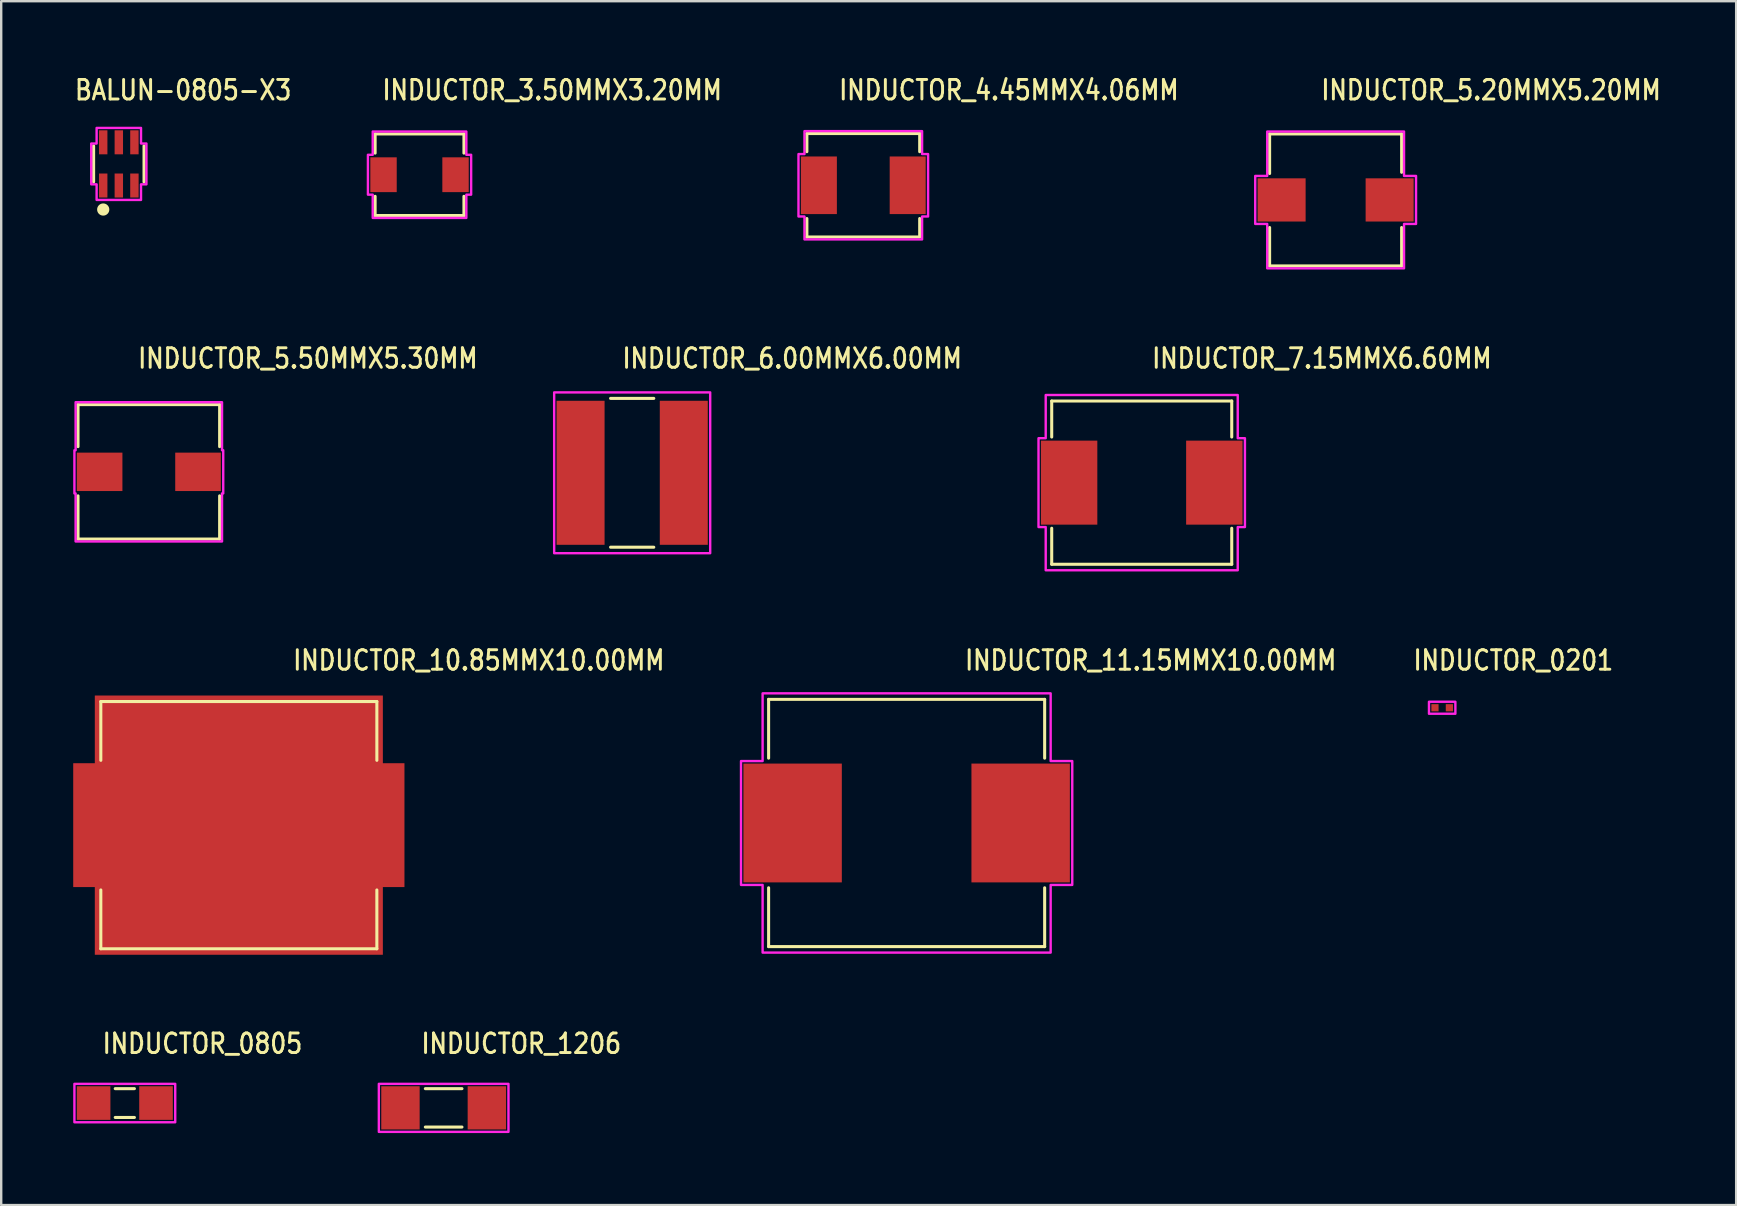
<source format=kicad_pcb>
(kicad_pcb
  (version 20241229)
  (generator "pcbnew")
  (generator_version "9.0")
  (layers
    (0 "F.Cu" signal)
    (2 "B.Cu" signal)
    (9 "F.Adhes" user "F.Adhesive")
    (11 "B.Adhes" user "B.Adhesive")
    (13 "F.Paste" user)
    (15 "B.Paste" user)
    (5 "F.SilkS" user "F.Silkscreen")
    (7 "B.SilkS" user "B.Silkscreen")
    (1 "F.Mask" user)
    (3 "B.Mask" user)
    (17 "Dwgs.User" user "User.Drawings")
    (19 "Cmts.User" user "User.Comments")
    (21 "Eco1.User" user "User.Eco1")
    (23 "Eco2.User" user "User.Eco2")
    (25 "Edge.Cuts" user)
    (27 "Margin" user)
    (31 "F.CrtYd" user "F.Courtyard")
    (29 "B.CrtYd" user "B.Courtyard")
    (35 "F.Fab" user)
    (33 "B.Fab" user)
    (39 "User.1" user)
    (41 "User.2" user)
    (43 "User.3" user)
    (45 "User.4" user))
  (footprint "INDUCTOR_1206"
    (layer "F.Cu")
    (at 15.433 43.104)
    (property "Reference" "INDUCTOR_1206" (at -1 -2.2 0) (unlocked yes) (layer "F.SilkS") (effects (font (size 0.813 0.695) (thickness 0.122)) (justify left bottom)))
    (fp_line (start -0.763 -0.8) (end 0.763 -0.8) (stroke (width 0.127) (type solid)) (layer "F.SilkS"))
    (fp_line (start -0.763 0.8) (end 0.763 0.8) (stroke (width 0.127) (type solid)) (layer "F.SilkS"))
    (fp_poly (pts (xy -2.7 -1) (xy 2.7 -1) (xy 2.7 1) (xy -2.7 1)) (stroke (width 0.1) (type solid)) (fill no) (layer "F.CrtYd"))
    (pad "1" smd rect (at -1.8 0) (size 1.6 1.8) (layers "F.Cu" "F.Mask" "F.Paste"))
    (pad "2" smd rect (at 1.8 0) (size 1.6 1.8) (layers "F.Cu" "F.Mask" "F.Paste")))
  (footprint "INDUCTOR_5.50MMX5.30MM"
    (layer "F.Cu")
    (at 3.15 16.607)
    (property "Reference" "INDUCTOR_5.50MMX5.30MM" (at -0.52 -4.25 0) (unlocked yes) (layer "F.SilkS") (effects (font (size 0.813 0.695) (thickness 0.122)) (justify left bottom)))
    (fp_line (start -2.95 -2.8) (end 2.95 -2.8) (stroke (width 0.127) (type solid)) (layer "F.SilkS"))
    (fp_line (start -2.95 -1.05) (end -2.95 -2.8) (stroke (width 0.127) (type solid)) (layer "F.SilkS"))
    (fp_line (start -2.95 2.8) (end -2.95 1) (stroke (width 0.127) (type solid)) (layer "F.SilkS"))
    (fp_line (start 2.95 -1.05) (end 2.95 -2.8) (stroke (width 0.127) (type solid)) (layer "F.SilkS"))
    (fp_line (start 2.95 2.8) (end -2.95 2.8) (stroke (width 0.127) (type solid)) (layer "F.SilkS"))
    (fp_line (start 2.95 2.8) (end 2.95 1) (stroke (width 0.127) (type solid)) (layer "F.SilkS"))
    (fp_poly (pts (xy 3.05 2.9) (xy -3.05 2.9) (xy -3.05 0.9) (xy -3.1 0.9) (xy -3.1 -0.9) (xy -3.05 -0.9) (xy -3.05 -2.9) (xy 3.05 -2.9) (xy 3.05 -0.9) (xy 3.1 -0.9) (xy 3.1 0.9) (xy 3.05 0.9)) (stroke (width 0.1) (type solid)) (fill no) (layer "F.CrtYd"))
    (pad "1" smd rect (at -2.05 0) (size 1.9 1.6) (layers "F.Cu" "F.Mask" "F.Paste"))
    (pad "2" smd rect (at 2.05 0) (size 1.9 1.6) (layers "F.Cu" "F.Mask" "F.Paste")))
  (footprint "INDUCTOR_6.00MMX6.00MM"
    (layer "F.Cu")
    (at 23.287 16.647)
    (property "Reference" "INDUCTOR_6.00MMX6.00MM" (at -0.48 -4.29 0) (unlocked yes) (layer "F.SilkS") (effects (font (size 0.813 0.695) (thickness 0.122)) (justify left bottom)))
    (fp_line (start -0.9 -3.1) (end 0.9 -3.1) (stroke (width 0.127) (type solid)) (layer "F.SilkS"))
    (fp_line (start 0.9 3.1) (end -0.9 3.1) (stroke (width 0.127) (type solid)) (layer "F.SilkS"))
    (fp_poly (pts (xy -3.25 3.35) (xy -3.25 -3.35) (xy 3.25 -3.35) (xy 3.25 3.35)) (stroke (width 0.1) (type solid)) (fill no) (layer "F.CrtYd"))
    (pad "1" smd rect (at -2.15 0) (size 2 6) (layers "F.Cu" "F.Mask" "F.Paste"))
    (pad "2" smd rect (at 2.15 0) (size 2 6) (layers "F.Cu" "F.Mask" "F.Paste")))
  (footprint "INDUCTOR_4.45MMX4.06MM"
    (layer "F.Cu")
    (at 32.915 4.669)
    (property "Reference" "INDUCTOR_4.45MMX4.06MM" (at -1.08 -3.49 0) (unlocked yes) (layer "F.SilkS") (effects (font (size 0.813 0.695) (thickness 0.122)) (justify left bottom)))
    (fp_line (start -2.35 -2.155) (end -2.35 -1.4) (stroke (width 0.127) (type solid)) (layer "F.SilkS"))
    (fp_line (start -2.35 -2.155) (end 2.35 -2.155) (stroke (width 0.127) (type solid)) (layer "F.SilkS"))
    (fp_line (start -2.35 1.385) (end -2.35 2.155) (stroke (width 0.127) (type solid)) (layer "F.SilkS"))
    (fp_line (start 2.35 -2.155) (end 2.35 -1.4) (stroke (width 0.127) (type solid)) (layer "F.SilkS"))
    (fp_line (start 2.35 1.385) (end 2.35 2.1) (stroke (width 0.127) (type solid)) (layer "F.SilkS"))
    (fp_line (start 2.35 2.155) (end -2.35 2.155) (stroke (width 0.127) (type solid)) (layer "F.SilkS"))
    (fp_poly (pts (xy -2.7 1.3) (xy -2.7 -1.3) (xy -2.45 -1.3) (xy -2.45 -2.255) (xy 2.45 -2.255) (xy 2.45 -1.3) (xy 2.7 -1.3) (xy 2.7 1.3) (xy 2.45 1.3) (xy 2.45 2.255) (xy -2.45 2.255) (xy -2.45 1.3)) (stroke (width 0.1) (type solid)) (fill no) (layer "F.CrtYd"))
    (pad "1" smd rect (at -1.85 0) (size 1.5 2.4) (layers "F.Cu" "F.Mask" "F.Paste"))
    (pad "2" smd rect (at 1.85 0) (size 1.5 2.4) (layers "F.Cu" "F.Mask" "F.Paste")))
  (footprint "INDUCTOR_5.20MMX5.20MM"
    (layer "F.Cu")
    (at 52.593 5.279)
    (property "Reference" "INDUCTOR_5.20MMX5.20MM" (at -0.67 -4.1 0) (unlocked yes) (layer "F.SilkS") (effects (font (size 0.813 0.695) (thickness 0.122)) (justify left bottom)))
    (fp_line (start -2.75 -2.75) (end -2.75 -1.1) (stroke (width 0.127) (type solid)) (layer "F.SilkS"))
    (fp_line (start -2.75 -2.75) (end 2.75 -2.75) (stroke (width 0.127) (type solid)) (layer "F.SilkS"))
    (fp_line (start -2.75 1.15) (end -2.75 2.75) (stroke (width 0.127) (type solid)) (layer "F.SilkS"))
    (fp_line (start 2.75 -2.75) (end 2.75 -1.15) (stroke (width 0.127) (type solid)) (layer "F.SilkS"))
    (fp_line (start 2.75 1.15) (end 2.75 2.75) (stroke (width 0.127) (type solid)) (layer "F.SilkS"))
    (fp_line (start 2.75 2.75) (end -2.75 2.75) (stroke (width 0.127) (type solid)) (layer "F.SilkS"))
    (fp_poly (pts (xy -3.35 1) (xy -3.35 -1) (xy -2.85 -1) (xy -2.85 -2.85) (xy 2.85 -2.85) (xy 2.85 -1) (xy 3.35 -1) (xy 3.35 1) (xy 2.85 1) (xy 2.85 2.85) (xy -2.85 2.85) (xy -2.85 1)) (stroke (width 0.1) (type solid)) (fill no) (layer "F.CrtYd"))
    (pad "1" smd rect (at -2.25 0) (size 2 1.8) (layers "F.Cu" "F.Mask" "F.Paste"))
    (pad "2" smd rect (at 2.25 0) (size 2 1.8) (layers "F.Cu" "F.Mask" "F.Paste")))
  (footprint "INDUCTOR_10.85MMX10.00MM"
    (layer "F.Cu")
    (at 6.9 31.326)
    (property "Reference" "INDUCTOR_10.85MMX10.00MM" (at 2.19 -6.39 0) (unlocked yes) (layer "F.SilkS") (effects (font (size 0.813 0.695) (thickness 0.122)) (justify left bottom)))
    (fp_poly (pts (xy -6.9 2.58) (xy -6.9 -2.58) (xy -6 -2.58) (xy -6 -5.4) (xy 6 -5.4) (xy 6 -2.58) (xy 6.9 -2.58) (xy 6.9 2.58) (xy 6 2.58) (xy 6 5.4) (xy -6 5.4) (xy -6 2.58)) (stroke (width 0) (type solid)) (fill yes) (layer "F.Cu"))
    (fp_line (start -5.75 -5.15) (end -5.75 -2.7) (stroke (width 0.127) (type solid)) (layer "F.SilkS"))
    (fp_line (start -5.75 -5.15) (end 5.75 -5.15) (stroke (width 0.127) (type solid)) (layer "F.SilkS"))
    (fp_line (start -5.75 2.7) (end -5.75 5.15) (stroke (width 0.127) (type solid)) (layer "F.SilkS"))
    (fp_line (start 5.75 -5.15) (end 5.75 -2.7) (stroke (width 0.127) (type solid)) (layer "F.SilkS"))
    (fp_line (start 5.75 2.7) (end 5.75 5.15) (stroke (width 0.127) (type solid)) (layer "F.SilkS"))
    (fp_line (start 5.75 5.15) (end -5.75 5.15) (stroke (width 0.127) (type solid)) (layer "F.SilkS"))
    (pad "1" smd rect (at -4.75 0) (size 4.1 4.95) (layers "F.Cu" "F.Mask" "F.Paste"))
    (pad "2" smd rect (at 4.75 0) (size 4.1 4.95) (layers "F.Cu" "F.Mask" "F.Paste")))
  (footprint "INDUCTOR_0805"
    (layer "F.Cu")
    (at 2.15 42.904)
    (property "Reference" "INDUCTOR_0805" (at -1 -2 0) (unlocked yes) (layer "F.SilkS") (effects (font (size 0.813 0.695) (thickness 0.122)) (justify left bottom)))
    (fp_line (start -0.4 -0.6) (end 0.4 -0.6) (stroke (width 0.127) (type solid)) (layer "F.SilkS"))
    (fp_line (start -0.4 0.6) (end 0.4 0.6) (stroke (width 0.127) (type solid)) (layer "F.SilkS"))
    (fp_poly (pts (xy -2.1 -0.8) (xy 2.1 -0.8) (xy 2.1 0.8) (xy -2.1 0.8)) (stroke (width 0.1) (type solid)) (fill no) (layer "F.CrtYd"))
    (pad "1" smd rect (at -1.3 0) (size 1.4 1.4) (layers "F.Cu" "F.Mask" "F.Paste"))
    (pad "2" smd rect (at 1.3 0) (size 1.4 1.4) (layers "F.Cu" "F.Mask" "F.Paste")))
  (footprint "INDUCTOR_3.50MMX3.20MM"
    (layer "F.Cu")
    (at 14.428 4.229)
    (property "Reference" "INDUCTOR_3.50MMX3.20MM" (at -1.62 -3.05 0) (unlocked yes) (layer "F.SilkS") (effects (font (size 0.813 0.695) (thickness 0.122)) (justify left bottom)))
    (fp_line (start -1.85 -1.7) (end -1.85 -0.9) (stroke (width 0.127) (type solid)) (layer "F.SilkS"))
    (fp_line (start -1.85 -1.7) (end 1.85 -1.7) (stroke (width 0.127) (type solid)) (layer "F.SilkS"))
    (fp_line (start -1.85 0.9) (end -1.85 1.7) (stroke (width 0.127) (type solid)) (layer "F.SilkS"))
    (fp_line (start 1.85 -1.7) (end 1.85 -0.9) (stroke (width 0.127) (type solid)) (layer "F.SilkS"))
    (fp_line (start 1.85 0.9) (end 1.85 1.7) (stroke (width 0.127) (type solid)) (layer "F.SilkS"))
    (fp_line (start 1.85 1.7) (end -1.85 1.7) (stroke (width 0.127) (type solid)) (layer "F.SilkS"))
    (fp_poly (pts (xy -2.15 -0.83) (xy -1.95 -0.83) (xy -1.95 -1.8) (xy 1.95 -1.8) (xy 1.95 -0.83) (xy 2.15 -0.83) (xy 2.15 0.83) (xy 1.95 0.83) (xy 1.95 1.8) (xy -1.95 1.8) (xy -1.95 0.83) (xy -2.15 0.83)) (stroke (width 0.1) (type solid)) (fill no) (layer "F.CrtYd"))
    (pad "1" smd rect (at -1.5 0) (size 1.1 1.45) (layers "F.Cu" "F.Mask" "F.Paste"))
    (pad "2" smd rect (at 1.5 0) (size 1.1 1.45) (layers "F.Cu" "F.Mask" "F.Paste")))
  (footprint "INDUCTOR_0201"
    (layer "F.Cu")
    (at 57.032 26.436)
    (property "Reference" "INDUCTOR_0201" (at -1.27 -1.5 0) (unlocked yes) (layer "F.SilkS") (effects (font (size 0.813 0.695) (thickness 0.122)) (justify left bottom)))
    (fp_poly (pts (xy -0.55 0.25) (xy 0.55 0.25) (xy 0.55 -0.25) (xy -0.55 -0.25)) (stroke (width 0.1) (type solid)) (fill no) (layer "F.CrtYd"))
    (pad "1" smd rect (at -0.3 0) (size 0.3 0.3) (layers "F.Cu" "F.Mask" "F.Paste"))
    (pad "2" smd rect (at 0.3 0) (size 0.3 0.3) (layers "F.Cu" "F.Mask" "F.Paste")))
  (footprint "BALUN-0805-X3"
    (layer "F.Cu")
    (at 1.9 3.779)
    (property "Reference" "BALUN-0805-X3" (at -1.9 -2.6 0) (unlocked yes) (layer "F.SilkS") (effects (font (size 0.813 0.695) (thickness 0.122)) (justify left bottom)))
    (fp_line (start -1.05 -0.75) (end -1.05 0.75) (stroke (width 0.127) (type solid)) (layer "F.SilkS"))
    (fp_line (start 1.05 0.75) (end 1.05 -0.75) (stroke (width 0.127) (type solid)) (layer "F.SilkS"))
    (fp_circle (center -0.65 1.9) (end -0.396 1.9) (stroke (width 0) (type solid)) (fill yes) (layer "F.SilkS"))
    (fp_poly (pts (xy -1.15 -0.85) (xy -0.925 -0.85) (xy -0.925 -1.5) (xy 0.925 -1.5) (xy 0.925 -0.85) (xy 1.15 -0.85) (xy 1.15 0.85) (xy 0.925 0.85) (xy 0.925 1.5) (xy -0.925 1.5) (xy -0.925 0.85) (xy -1.15 0.85)) (stroke (width 0.1) (type solid)) (fill no) (layer "F.CrtYd"))
    (pad "1" smd rect (at -0.65 0.9) (size 0.35 1) (layers "F.Cu" "F.Mask" "F.Paste"))
    (pad "2" smd rect (at 0 0.9) (size 0.35 1) (layers "F.Cu" "F.Mask" "F.Paste"))
    (pad "3" smd rect (at 0.65 0.9) (size 0.35 1) (layers "F.Cu" "F.Mask" "F.Paste"))
    (pad "4" smd rect (at 0.65 -0.9) (size 0.35 1) (layers "F.Cu" "F.Mask" "F.Paste"))
    (pad "5" smd rect (at 0 -0.9) (size 0.35 1) (layers "F.Cu" "F.Mask" "F.Paste"))
    (pad "6" smd rect (at -0.65 -0.9) (size 0.35 1) (layers "F.Cu" "F.Mask" "F.Paste")))
  (footprint "INDUCTOR_11.15MMX10.00MM"
    (layer "F.Cu")
    (at 34.721 31.236)
    (property "Reference" "INDUCTOR_11.15MMX10.00MM" (at 2.36 -6.3 0) (unlocked yes) (layer "F.SilkS") (effects (font (size 0.813 0.695) (thickness 0.122)) (justify left bottom)))
    (fp_line (start -5.75 -5.15) (end -5.75 -2.7) (stroke (width 0.127) (type solid)) (layer "F.SilkS"))
    (fp_line (start -5.75 -5.15) (end 5.75 -5.15) (stroke (width 0.127) (type solid)) (layer "F.SilkS"))
    (fp_line (start -5.75 2.7) (end -5.75 5.15) (stroke (width 0.127) (type solid)) (layer "F.SilkS"))
    (fp_line (start 5.75 -5.15) (end 5.75 -2.7) (stroke (width 0.127) (type solid)) (layer "F.SilkS"))
    (fp_line (start 5.75 2.7) (end 5.75 5.15) (stroke (width 0.127) (type solid)) (layer "F.SilkS"))
    (fp_line (start 5.75 5.15) (end -5.75 5.15) (stroke (width 0.127) (type solid)) (layer "F.SilkS"))
    (fp_poly (pts (xy -6 -2.58) (xy -6 -5.4) (xy 6 -5.4) (xy 6 -2.58) (xy 6.9 -2.58) (xy 6.9 2.58) (xy 6 2.58) (xy 6 5.4) (xy -6 5.4) (xy -6 2.58) (xy -6.9 2.58) (xy -6.9 -2.58)) (stroke (width 0.1) (type solid)) (fill no) (layer "F.CrtYd"))
    (pad "1" smd rect (at -4.75 0) (size 4.1 4.95) (layers "F.Cu" "F.Mask" "F.Paste"))
    (pad "2" smd rect (at 4.75 0) (size 4.1 4.95) (layers "F.Cu" "F.Mask" "F.Paste")))
  (footprint "INDUCTOR_7.15MMX6.60MM"
    (layer "F.Cu")
    (at 44.515 17.057)
    (property "Reference" "INDUCTOR_7.15MMX6.60MM" (at 0.36 -4.7 0) (unlocked yes) (layer "F.SilkS") (effects (font (size 0.813 0.695) (thickness 0.122)) (justify left bottom)))
    (fp_line (start -3.75 -3.4) (end -3.75 -1.9) (stroke (width 0.127) (type solid)) (layer "F.SilkS"))
    (fp_line (start -3.75 -3.4) (end 3.75 -3.4) (stroke (width 0.127) (type solid)) (layer "F.SilkS"))
    (fp_line (start -3.75 1.9) (end -3.75 3.4) (stroke (width 0.127) (type solid)) (layer "F.SilkS"))
    (fp_line (start 3.75 -3.4) (end 3.75 -1.9) (stroke (width 0.127) (type solid)) (layer "F.SilkS"))
    (fp_line (start 3.75 1.9) (end 3.75 3.4) (stroke (width 0.127) (type solid)) (layer "F.SilkS"))
    (fp_line (start 3.75 3.4) (end -3.75 3.4) (stroke (width 0.127) (type solid)) (layer "F.SilkS"))
    (fp_poly (pts (xy -4 -1.85) (xy -4 -3.65) (xy 4 -3.65) (xy 4 -1.85) (xy 4.3 -1.85) (xy 4.3 1.85) (xy 4 1.85) (xy 4 3.65) (xy -4 3.65) (xy -4 1.85) (xy -4.3 1.85) (xy -4.3 -1.85)) (stroke (width 0.1) (type solid)) (fill no) (layer "F.CrtYd"))
    (pad "1" smd rect (at -3.025 0) (size 2.35 3.5) (layers "F.Cu" "F.Mask" "F.Paste"))
    (pad "2" smd rect (at 3.025 0) (size 2.35 3.5) (layers "F.Cu" "F.Mask" "F.Paste")))
  (gr_rect
    (start -3 -3)
    (end 69.28 47.154)
    (stroke (width 0.1) (type default))
    (fill no)
    (layer "Edge.Cuts")))
</source>
